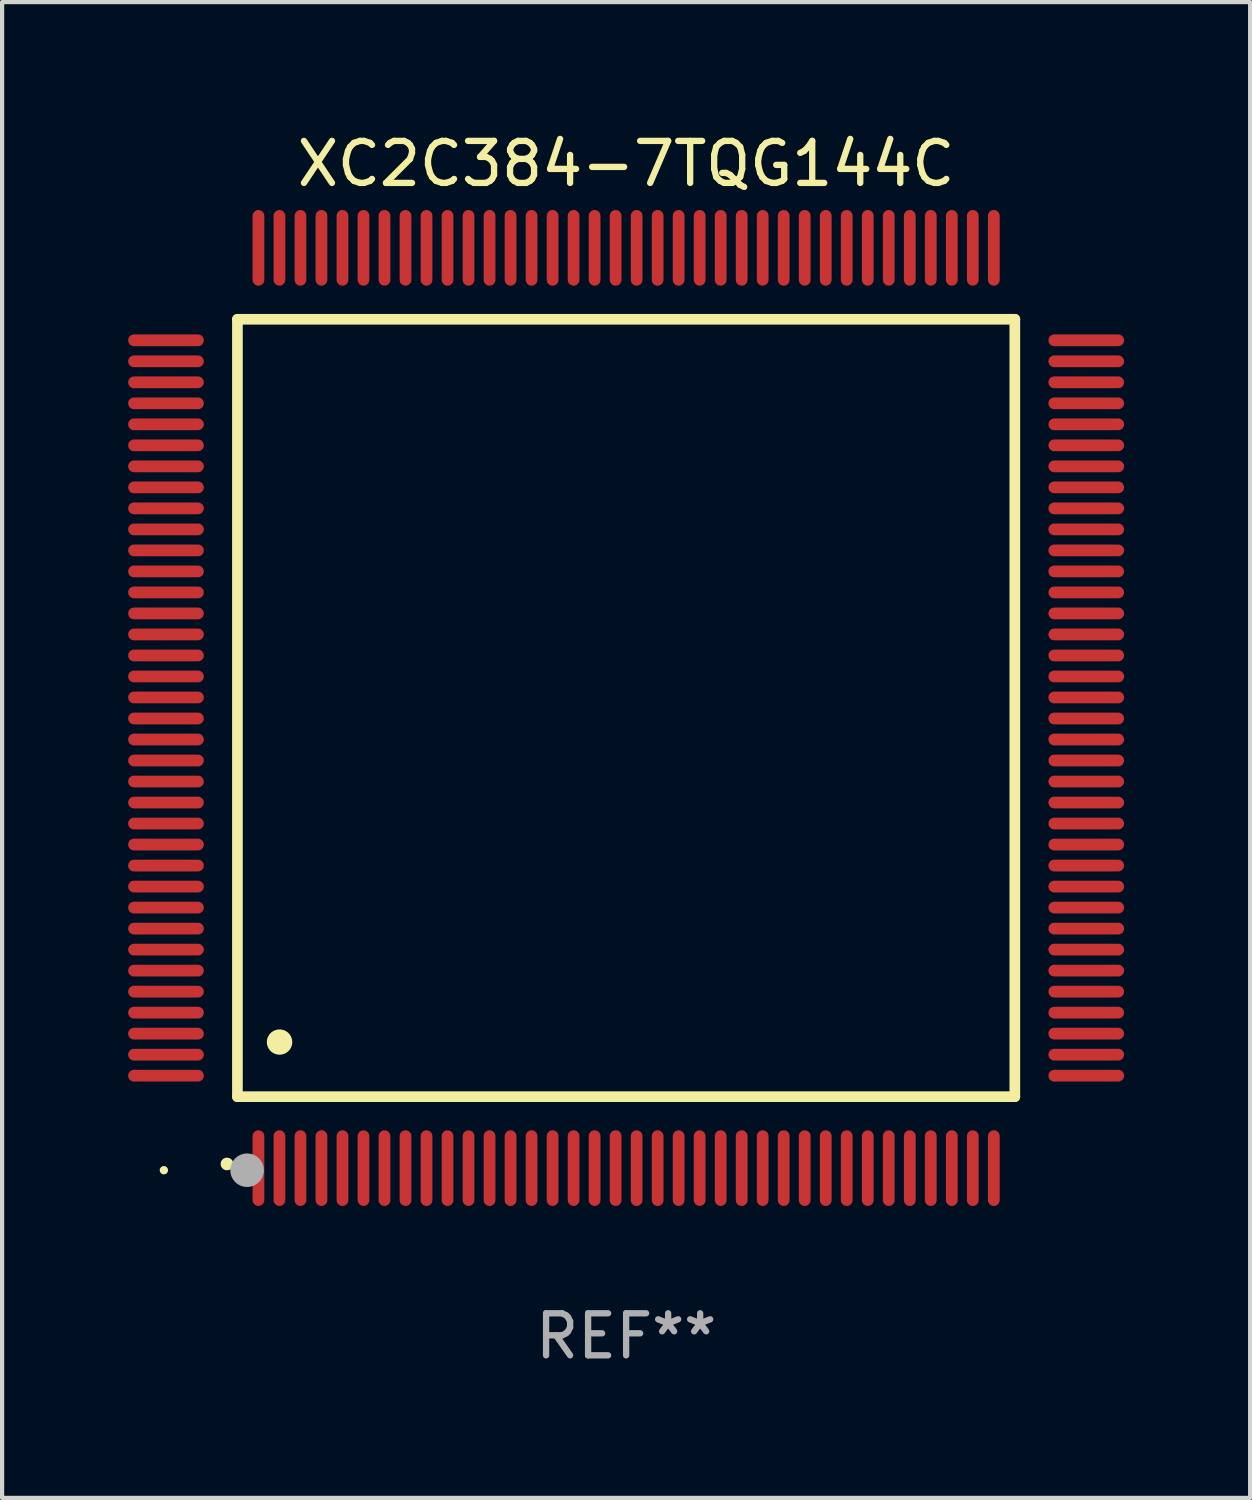
<source format=kicad_pcb>
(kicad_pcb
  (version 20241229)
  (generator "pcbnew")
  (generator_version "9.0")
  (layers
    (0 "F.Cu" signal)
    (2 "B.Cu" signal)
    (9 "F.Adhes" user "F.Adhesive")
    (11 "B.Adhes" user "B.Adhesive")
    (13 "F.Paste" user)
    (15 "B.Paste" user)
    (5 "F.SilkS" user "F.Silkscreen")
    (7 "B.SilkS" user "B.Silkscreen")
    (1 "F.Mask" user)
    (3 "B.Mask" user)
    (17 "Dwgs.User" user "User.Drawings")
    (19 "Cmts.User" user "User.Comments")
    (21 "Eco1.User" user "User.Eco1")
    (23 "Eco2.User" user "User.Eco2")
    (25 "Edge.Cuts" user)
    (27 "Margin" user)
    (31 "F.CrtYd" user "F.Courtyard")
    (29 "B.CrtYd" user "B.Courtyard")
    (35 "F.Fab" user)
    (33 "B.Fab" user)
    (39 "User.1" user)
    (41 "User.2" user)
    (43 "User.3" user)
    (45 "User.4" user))
  (footprint "XC2C384-7TQG144C"
    (layer "F.Cu")
    (at 11.85 13.798)
    (property "Reference" "XC2C384-7TQG144C" (at 0 -12.95 0) (layer "F.SilkS") (effects (font (size 1 1) (thickness 0.15))))
    (attr through_hole)
    (fp_line (start -9.25 -9.25) (end -9.25 9.25) (stroke (width 0.254) (type solid)) (layer "F.SilkS"))
    (fp_line (start -9.25 9.25) (end 9.25 9.25) (stroke (width 0.254) (type solid)) (layer "F.SilkS"))
    (fp_line (start 9.25 -9.25) (end -9.25 -9.25) (stroke (width 0.254) (type solid)) (layer "F.SilkS"))
    (fp_line (start 9.25 9.25) (end 9.25 -9.25) (stroke (width 0.254) (type solid)) (layer "F.SilkS"))
    (fp_arc (start -9.499619 10.850902) (mid -9.498349 10.850897) (end -9.497079 10.850902) (stroke (width 0.3) (type solid)) (layer "F.SilkS"))
    (fp_arc (start -8.249936 7.950216) (mid -8.247396 7.950205) (end -8.244856 7.950216) (stroke (width 0.6) (type solid)) (layer "F.SilkS"))
    (fp_circle (center -11 11) (end -10.95 11) (stroke (width 0.1) (type solid)) (fill no) (layer "F.SilkS"))
    (fp_circle (center -9.02 11) (end -8.82 11) (stroke (width 0.4) (type solid)) (fill no) (layer "F.Fab"))
    (fp_text user "REF**" (at 0 14.95 0) (layer "F.Fab") (effects (font (size 1 1) (thickness 0.15))))
    (pad "1" smd oval (at -8.75 10.95) (size 0.28 1.8) (layers "F.Cu" "F.Mask" "F.Paste"))
    (pad "2" smd oval (at -8.25 10.95) (size 0.28 1.8) (layers "F.Cu" "F.Mask" "F.Paste"))
    (pad "3" smd oval (at -7.75 10.95) (size 0.28 1.8) (layers "F.Cu" "F.Mask" "F.Paste"))
    (pad "4" smd oval (at -7.25 10.95) (size 0.28 1.8) (layers "F.Cu" "F.Mask" "F.Paste"))
    (pad "5" smd oval (at -6.75 10.95) (size 0.28 1.8) (layers "F.Cu" "F.Mask" "F.Paste"))
    (pad "6" smd oval (at -6.25 10.95) (size 0.28 1.8) (layers "F.Cu" "F.Mask" "F.Paste"))
    (pad "7" smd oval (at -5.75 10.95) (size 0.28 1.8) (layers "F.Cu" "F.Mask" "F.Paste"))
    (pad "8" smd oval (at -5.25 10.95) (size 0.28 1.8) (layers "F.Cu" "F.Mask" "F.Paste"))
    (pad "9" smd oval (at -4.75 10.95) (size 0.28 1.8) (layers "F.Cu" "F.Mask" "F.Paste"))
    (pad "10" smd oval (at -4.25 10.95) (size 0.28 1.8) (layers "F.Cu" "F.Mask" "F.Paste"))
    (pad "11" smd oval (at -3.75 10.95) (size 0.28 1.8) (layers "F.Cu" "F.Mask" "F.Paste"))
    (pad "12" smd oval (at -3.25 10.95) (size 0.28 1.8) (layers "F.Cu" "F.Mask" "F.Paste"))
    (pad "13" smd oval (at -2.75 10.95) (size 0.28 1.8) (layers "F.Cu" "F.Mask" "F.Paste"))
    (pad "14" smd oval (at -2.25 10.95) (size 0.28 1.8) (layers "F.Cu" "F.Mask" "F.Paste"))
    (pad "15" smd oval (at -1.75 10.95) (size 0.28 1.8) (layers "F.Cu" "F.Mask" "F.Paste"))
    (pad "16" smd oval (at -1.25 10.95) (size 0.28 1.8) (layers "F.Cu" "F.Mask" "F.Paste"))
    (pad "17" smd oval (at -0.75 10.95) (size 0.28 1.8) (layers "F.Cu" "F.Mask" "F.Paste"))
    (pad "18" smd oval (at -0.25 10.95) (size 0.28 1.8) (layers "F.Cu" "F.Mask" "F.Paste"))
    (pad "19" smd oval (at 0.25 10.95) (size 0.28 1.8) (layers "F.Cu" "F.Mask" "F.Paste"))
    (pad "20" smd oval (at 0.75 10.95) (size 0.28 1.8) (layers "F.Cu" "F.Mask" "F.Paste"))
    (pad "21" smd oval (at 1.25 10.95) (size 0.28 1.8) (layers "F.Cu" "F.Mask" "F.Paste"))
    (pad "22" smd oval (at 1.75 10.95) (size 0.28 1.8) (layers "F.Cu" "F.Mask" "F.Paste"))
    (pad "23" smd oval (at 2.25 10.95) (size 0.28 1.8) (layers "F.Cu" "F.Mask" "F.Paste"))
    (pad "24" smd oval (at 2.75 10.95) (size 0.28 1.8) (layers "F.Cu" "F.Mask" "F.Paste"))
    (pad "25" smd oval (at 3.25 10.95) (size 0.28 1.8) (layers "F.Cu" "F.Mask" "F.Paste"))
    (pad "26" smd oval (at 3.75 10.95) (size 0.28 1.8) (layers "F.Cu" "F.Mask" "F.Paste"))
    (pad "27" smd oval (at 4.25 10.95) (size 0.28 1.8) (layers "F.Cu" "F.Mask" "F.Paste"))
    (pad "28" smd oval (at 4.75 10.95) (size 0.28 1.8) (layers "F.Cu" "F.Mask" "F.Paste"))
    (pad "29" smd oval (at 5.25 10.95) (size 0.28 1.8) (layers "F.Cu" "F.Mask" "F.Paste"))
    (pad "30" smd oval (at 5.75 10.95) (size 0.28 1.8) (layers "F.Cu" "F.Mask" "F.Paste"))
    (pad "31" smd oval (at 6.25 10.95) (size 0.28 1.8) (layers "F.Cu" "F.Mask" "F.Paste"))
    (pad "32" smd oval (at 6.75 10.95) (size 0.28 1.8) (layers "F.Cu" "F.Mask" "F.Paste"))
    (pad "33" smd oval (at 7.25 10.95) (size 0.28 1.8) (layers "F.Cu" "F.Mask" "F.Paste"))
    (pad "34" smd oval (at 7.75 10.95) (size 0.28 1.8) (layers "F.Cu" "F.Mask" "F.Paste"))
    (pad "35" smd oval (at 8.25 10.95) (size 0.28 1.8) (layers "F.Cu" "F.Mask" "F.Paste"))
    (pad "36" smd oval (at 8.75 10.95) (size 0.28 1.8) (layers "F.Cu" "F.Mask" "F.Paste"))
    (pad "37" smd oval (at 10.95 8.75) (size 1.8 0.28) (layers "F.Cu" "F.Mask" "F.Paste"))
    (pad "38" smd oval (at 10.95 8.25) (size 1.8 0.28) (layers "F.Cu" "F.Mask" "F.Paste"))
    (pad "39" smd oval (at 10.95 7.75) (size 1.8 0.28) (layers "F.Cu" "F.Mask" "F.Paste"))
    (pad "40" smd oval (at 10.95 7.25) (size 1.8 0.28) (layers "F.Cu" "F.Mask" "F.Paste"))
    (pad "41" smd oval (at 10.95 6.75) (size 1.8 0.28) (layers "F.Cu" "F.Mask" "F.Paste"))
    (pad "42" smd oval (at 10.95 6.25) (size 1.8 0.28) (layers "F.Cu" "F.Mask" "F.Paste"))
    (pad "43" smd oval (at 10.95 5.75) (size 1.8 0.28) (layers "F.Cu" "F.Mask" "F.Paste"))
    (pad "44" smd oval (at 10.95 5.25) (size 1.8 0.28) (layers "F.Cu" "F.Mask" "F.Paste"))
    (pad "45" smd oval (at 10.95 4.75) (size 1.8 0.28) (layers "F.Cu" "F.Mask" "F.Paste"))
    (pad "46" smd oval (at 10.95 4.25) (size 1.8 0.28) (layers "F.Cu" "F.Mask" "F.Paste"))
    (pad "47" smd oval (at 10.95 3.75) (size 1.8 0.28) (layers "F.Cu" "F.Mask" "F.Paste"))
    (pad "48" smd oval (at 10.95 3.25) (size 1.8 0.28) (layers "F.Cu" "F.Mask" "F.Paste"))
    (pad "49" smd oval (at 10.95 2.75) (size 1.8 0.28) (layers "F.Cu" "F.Mask" "F.Paste"))
    (pad "50" smd oval (at 10.95 2.25) (size 1.8 0.28) (layers "F.Cu" "F.Mask" "F.Paste"))
    (pad "51" smd oval (at 10.95 1.75) (size 1.8 0.28) (layers "F.Cu" "F.Mask" "F.Paste"))
    (pad "52" smd oval (at 10.95 1.25) (size 1.8 0.28) (layers "F.Cu" "F.Mask" "F.Paste"))
    (pad "53" smd oval (at 10.95 0.75) (size 1.8 0.28) (layers "F.Cu" "F.Mask" "F.Paste"))
    (pad "54" smd oval (at 10.95 0.25) (size 1.8 0.28) (layers "F.Cu" "F.Mask" "F.Paste"))
    (pad "55" smd oval (at 10.95 -0.25) (size 1.8 0.28) (layers "F.Cu" "F.Mask" "F.Paste"))
    (pad "56" smd oval (at 10.95 -0.75) (size 1.8 0.28) (layers "F.Cu" "F.Mask" "F.Paste"))
    (pad "57" smd oval (at 10.95 -1.25) (size 1.8 0.28) (layers "F.Cu" "F.Mask" "F.Paste"))
    (pad "58" smd oval (at 10.95 -1.75) (size 1.8 0.28) (layers "F.Cu" "F.Mask" "F.Paste"))
    (pad "59" smd oval (at 10.95 -2.25) (size 1.8 0.28) (layers "F.Cu" "F.Mask" "F.Paste"))
    (pad "60" smd oval (at 10.95 -2.75) (size 1.8 0.28) (layers "F.Cu" "F.Mask" "F.Paste"))
    (pad "61" smd oval (at 10.95 -3.25) (size 1.8 0.28) (layers "F.Cu" "F.Mask" "F.Paste"))
    (pad "62" smd oval (at 10.95 -3.75) (size 1.8 0.28) (layers "F.Cu" "F.Mask" "F.Paste"))
    (pad "63" smd oval (at 10.95 -4.25) (size 1.8 0.28) (layers "F.Cu" "F.Mask" "F.Paste"))
    (pad "64" smd oval (at 10.95 -4.75) (size 1.8 0.28) (layers "F.Cu" "F.Mask" "F.Paste"))
    (pad "65" smd oval (at 10.95 -5.25) (size 1.8 0.28) (layers "F.Cu" "F.Mask" "F.Paste"))
    (pad "66" smd oval (at 10.95 -5.75) (size 1.8 0.28) (layers "F.Cu" "F.Mask" "F.Paste"))
    (pad "67" smd oval (at 10.95 -6.25) (size 1.8 0.28) (layers "F.Cu" "F.Mask" "F.Paste"))
    (pad "68" smd oval (at 10.95 -6.75) (size 1.8 0.28) (layers "F.Cu" "F.Mask" "F.Paste"))
    (pad "69" smd oval (at 10.95 -7.25) (size 1.8 0.28) (layers "F.Cu" "F.Mask" "F.Paste"))
    (pad "70" smd oval (at 10.95 -7.75) (size 1.8 0.28) (layers "F.Cu" "F.Mask" "F.Paste"))
    (pad "71" smd oval (at 10.95 -8.25) (size 1.8 0.28) (layers "F.Cu" "F.Mask" "F.Paste"))
    (pad "72" smd oval (at 10.95 -8.75) (size 1.8 0.28) (layers "F.Cu" "F.Mask" "F.Paste"))
    (pad "73" smd oval (at 8.75 -10.95) (size 0.28 1.8) (layers "F.Cu" "F.Mask" "F.Paste"))
    (pad "74" smd oval (at 8.25 -10.95) (size 0.28 1.8) (layers "F.Cu" "F.Mask" "F.Paste"))
    (pad "75" smd oval (at 7.75 -10.95) (size 0.28 1.8) (layers "F.Cu" "F.Mask" "F.Paste"))
    (pad "76" smd oval (at 7.25 -10.95) (size 0.28 1.8) (layers "F.Cu" "F.Mask" "F.Paste"))
    (pad "77" smd oval (at 6.75 -10.95) (size 0.28 1.8) (layers "F.Cu" "F.Mask" "F.Paste"))
    (pad "78" smd oval (at 6.25 -10.95) (size 0.28 1.8) (layers "F.Cu" "F.Mask" "F.Paste"))
    (pad "79" smd oval (at 5.75 -10.95) (size 0.28 1.8) (layers "F.Cu" "F.Mask" "F.Paste"))
    (pad "80" smd oval (at 5.25 -10.95) (size 0.28 1.8) (layers "F.Cu" "F.Mask" "F.Paste"))
    (pad "81" smd oval (at 4.75 -10.95) (size 0.28 1.8) (layers "F.Cu" "F.Mask" "F.Paste"))
    (pad "82" smd oval (at 4.25 -10.95) (size 0.28 1.8) (layers "F.Cu" "F.Mask" "F.Paste"))
    (pad "83" smd oval (at 3.75 -10.95) (size 0.28 1.8) (layers "F.Cu" "F.Mask" "F.Paste"))
    (pad "84" smd oval (at 3.25 -10.95) (size 0.28 1.8) (layers "F.Cu" "F.Mask" "F.Paste"))
    (pad "85" smd oval (at 2.75 -10.95) (size 0.28 1.8) (layers "F.Cu" "F.Mask" "F.Paste"))
    (pad "86" smd oval (at 2.25 -10.95) (size 0.28 1.8) (layers "F.Cu" "F.Mask" "F.Paste"))
    (pad "87" smd oval (at 1.75 -10.95) (size 0.28 1.8) (layers "F.Cu" "F.Mask" "F.Paste"))
    (pad "88" smd oval (at 1.25 -10.95) (size 0.28 1.8) (layers "F.Cu" "F.Mask" "F.Paste"))
    (pad "89" smd oval (at 0.75 -10.95) (size 0.28 1.8) (layers "F.Cu" "F.Mask" "F.Paste"))
    (pad "90" smd oval (at 0.25 -10.95) (size 0.28 1.8) (layers "F.Cu" "F.Mask" "F.Paste"))
    (pad "91" smd oval (at -0.25 -10.95) (size 0.28 1.8) (layers "F.Cu" "F.Mask" "F.Paste"))
    (pad "92" smd oval (at -0.75 -10.95) (size 0.28 1.8) (layers "F.Cu" "F.Mask" "F.Paste"))
    (pad "93" smd oval (at -1.25 -10.95) (size 0.28 1.8) (layers "F.Cu" "F.Mask" "F.Paste"))
    (pad "94" smd oval (at -1.75 -10.95) (size 0.28 1.8) (layers "F.Cu" "F.Mask" "F.Paste"))
    (pad "95" smd oval (at -2.25 -10.95) (size 0.28 1.8) (layers "F.Cu" "F.Mask" "F.Paste"))
    (pad "96" smd oval (at -2.75 -10.95) (size 0.28 1.8) (layers "F.Cu" "F.Mask" "F.Paste"))
    (pad "97" smd oval (at -3.25 -10.95) (size 0.28 1.8) (layers "F.Cu" "F.Mask" "F.Paste"))
    (pad "98" smd oval (at -3.75 -10.95) (size 0.28 1.8) (layers "F.Cu" "F.Mask" "F.Paste"))
    (pad "99" smd oval (at -4.25 -10.95) (size 0.28 1.8) (layers "F.Cu" "F.Mask" "F.Paste"))
    (pad "100" smd oval (at -4.75 -10.95) (size 0.28 1.8) (layers "F.Cu" "F.Mask" "F.Paste"))
    (pad "101" smd oval (at -5.25 -10.95) (size 0.28 1.8) (layers "F.Cu" "F.Mask" "F.Paste"))
    (pad "102" smd oval (at -5.75 -10.95) (size 0.28 1.8) (layers "F.Cu" "F.Mask" "F.Paste"))
    (pad "103" smd oval (at -6.25 -10.95) (size 0.28 1.8) (layers "F.Cu" "F.Mask" "F.Paste"))
    (pad "104" smd oval (at -6.75 -10.95) (size 0.28 1.8) (layers "F.Cu" "F.Mask" "F.Paste"))
    (pad "105" smd oval (at -7.25 -10.95) (size 0.28 1.8) (layers "F.Cu" "F.Mask" "F.Paste"))
    (pad "106" smd oval (at -7.75 -10.95) (size 0.28 1.8) (layers "F.Cu" "F.Mask" "F.Paste"))
    (pad "107" smd oval (at -8.25 -10.95) (size 0.28 1.8) (layers "F.Cu" "F.Mask" "F.Paste"))
    (pad "108" smd oval (at -8.75 -10.95) (size 0.28 1.8) (layers "F.Cu" "F.Mask" "F.Paste"))
    (pad "109" smd oval (at -10.95 -8.75) (size 1.8 0.28) (layers "F.Cu" "F.Mask" "F.Paste"))
    (pad "110" smd oval (at -10.95 -8.25) (size 1.8 0.28) (layers "F.Cu" "F.Mask" "F.Paste"))
    (pad "111" smd oval (at -10.95 -7.75) (size 1.8 0.28) (layers "F.Cu" "F.Mask" "F.Paste"))
    (pad "112" smd oval (at -10.95 -7.25) (size 1.8 0.28) (layers "F.Cu" "F.Mask" "F.Paste"))
    (pad "113" smd oval (at -10.95 -6.75) (size 1.8 0.28) (layers "F.Cu" "F.Mask" "F.Paste"))
    (pad "114" smd oval (at -10.95 -6.25) (size 1.8 0.28) (layers "F.Cu" "F.Mask" "F.Paste"))
    (pad "115" smd oval (at -10.95 -5.75) (size 1.8 0.28) (layers "F.Cu" "F.Mask" "F.Paste"))
    (pad "116" smd oval (at -10.95 -5.25) (size 1.8 0.28) (layers "F.Cu" "F.Mask" "F.Paste"))
    (pad "117" smd oval (at -10.95 -4.75) (size 1.8 0.28) (layers "F.Cu" "F.Mask" "F.Paste"))
    (pad "118" smd oval (at -10.95 -4.25) (size 1.8 0.28) (layers "F.Cu" "F.Mask" "F.Paste"))
    (pad "119" smd oval (at -10.95 -3.75) (size 1.8 0.28) (layers "F.Cu" "F.Mask" "F.Paste"))
    (pad "120" smd oval (at -10.95 -3.25) (size 1.8 0.28) (layers "F.Cu" "F.Mask" "F.Paste"))
    (pad "121" smd oval (at -10.95 -2.75) (size 1.8 0.28) (layers "F.Cu" "F.Mask" "F.Paste"))
    (pad "122" smd oval (at -10.95 -2.25) (size 1.8 0.28) (layers "F.Cu" "F.Mask" "F.Paste"))
    (pad "123" smd oval (at -10.95 -1.75) (size 1.8 0.28) (layers "F.Cu" "F.Mask" "F.Paste"))
    (pad "124" smd oval (at -10.95 -1.25) (size 1.8 0.28) (layers "F.Cu" "F.Mask" "F.Paste"))
    (pad "125" smd oval (at -10.95 -0.75) (size 1.8 0.28) (layers "F.Cu" "F.Mask" "F.Paste"))
    (pad "126" smd oval (at -10.95 -0.25) (size 1.8 0.28) (layers "F.Cu" "F.Mask" "F.Paste"))
    (pad "127" smd oval (at -10.95 0.25) (size 1.8 0.28) (layers "F.Cu" "F.Mask" "F.Paste"))
    (pad "128" smd oval (at -10.95 0.75) (size 1.8 0.28) (layers "F.Cu" "F.Mask" "F.Paste"))
    (pad "129" smd oval (at -10.95 1.25) (size 1.8 0.28) (layers "F.Cu" "F.Mask" "F.Paste"))
    (pad "130" smd oval (at -10.95 1.75) (size 1.8 0.28) (layers "F.Cu" "F.Mask" "F.Paste"))
    (pad "131" smd oval (at -10.95 2.25) (size 1.8 0.28) (layers "F.Cu" "F.Mask" "F.Paste"))
    (pad "132" smd oval (at -10.95 2.75) (size 1.8 0.28) (layers "F.Cu" "F.Mask" "F.Paste"))
    (pad "133" smd oval (at -10.95 3.25) (size 1.8 0.28) (layers "F.Cu" "F.Mask" "F.Paste"))
    (pad "134" smd oval (at -10.95 3.75) (size 1.8 0.28) (layers "F.Cu" "F.Mask" "F.Paste"))
    (pad "135" smd oval (at -10.95 4.25) (size 1.8 0.28) (layers "F.Cu" "F.Mask" "F.Paste"))
    (pad "136" smd oval (at -10.95 4.75) (size 1.8 0.28) (layers "F.Cu" "F.Mask" "F.Paste"))
    (pad "137" smd oval (at -10.95 5.25) (size 1.8 0.28) (layers "F.Cu" "F.Mask" "F.Paste"))
    (pad "138" smd oval (at -10.95 5.75) (size 1.8 0.28) (layers "F.Cu" "F.Mask" "F.Paste"))
    (pad "139" smd oval (at -10.95 6.25) (size 1.8 0.28) (layers "F.Cu" "F.Mask" "F.Paste"))
    (pad "140" smd oval (at -10.95 6.75) (size 1.8 0.28) (layers "F.Cu" "F.Mask" "F.Paste"))
    (pad "141" smd oval (at -10.95 7.25) (size 1.8 0.28) (layers "F.Cu" "F.Mask" "F.Paste"))
    (pad "142" smd oval (at -10.95 7.75) (size 1.8 0.28) (layers "F.Cu" "F.Mask" "F.Paste"))
    (pad "143" smd oval (at -10.95 8.25) (size 1.8 0.28) (layers "F.Cu" "F.Mask" "F.Paste"))
    (pad "144" smd oval (at -10.95 8.75) (size 1.8 0.28) (layers "F.Cu" "F.Mask" "F.Paste")))
  (gr_rect
    (start -3 -3)
    (end 26.7 32.596)
    (stroke (width 0.1) (type default))
    (fill no)
    (layer "Edge.Cuts")))
</source>
